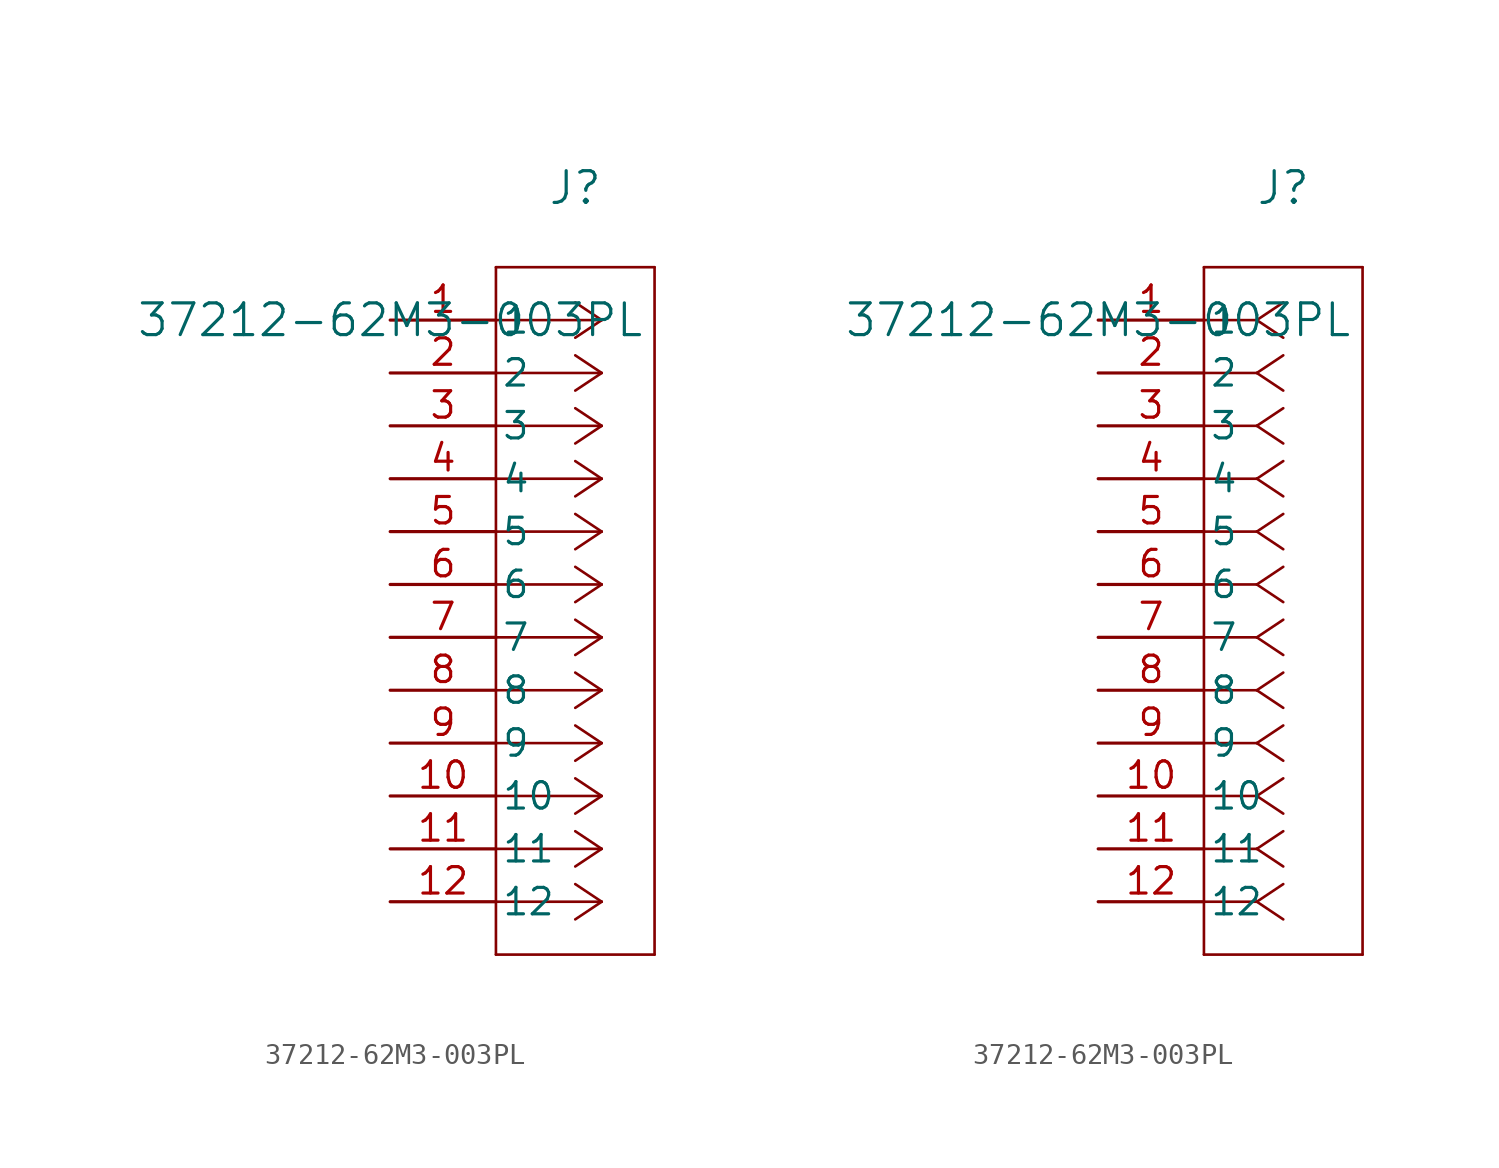
<source format=kicad_sym>
(kicad_symbol_lib
  (version 20211014)
  (generator kicad_symbol_editor)
  (symbol "37212-62M3-003PL"
    (pin_names
      (offset 0.254))
    (property "Reference" "J"
      (at 8.89 6.35 0)
      (effects (font (size 1.524 1.524))))
    (property "Value" "37212-62M3-003PL"
      (at 0 0 0)
      (effects (font (size 1.524 1.524))))
    (symbol "37212-62M3-003PL_1_1"
      (polyline (pts (xy 10.16 0) (xy 5.08 0)) (stroke (width 0.127) (type default) (color 0 0 0 0)) (fill (type none)))
      (polyline (pts (xy 10.16 -2.54) (xy 5.08 -2.54)) (stroke (width 0.127) (type default) (color 0 0 0 0)) (fill (type none)))
      (polyline (pts (xy 10.16 -5.08) (xy 5.08 -5.08)) (stroke (width 0.127) (type default) (color 0 0 0 0)) (fill (type none)))
      (polyline (pts (xy 10.16 -7.62) (xy 5.08 -7.62)) (stroke (width 0.127) (type default) (color 0 0 0 0)) (fill (type none)))
      (polyline (pts (xy 10.16 -10.16) (xy 5.08 -10.16)) (stroke (width 0.127) (type default) (color 0 0 0 0)) (fill (type none)))
      (polyline (pts (xy 10.16 -12.7) (xy 5.08 -12.7)) (stroke (width 0.127) (type default) (color 0 0 0 0)) (fill (type none)))
      (polyline (pts (xy 10.16 -15.24) (xy 5.08 -15.24)) (stroke (width 0.127) (type default) (color 0 0 0 0)) (fill (type none)))
      (polyline (pts (xy 10.16 -17.78) (xy 5.08 -17.78)) (stroke (width 0.127) (type default) (color 0 0 0 0)) (fill (type none)))
      (polyline (pts (xy 10.16 -20.32) (xy 5.08 -20.32)) (stroke (width 0.127) (type default) (color 0 0 0 0)) (fill (type none)))
      (polyline (pts (xy 10.16 -22.86) (xy 5.08 -22.86)) (stroke (width 0.127) (type default) (color 0 0 0 0)) (fill (type none)))
      (polyline (pts (xy 10.16 -25.4) (xy 5.08 -25.4)) (stroke (width 0.127) (type default) (color 0 0 0 0)) (fill (type none)))
      (polyline (pts (xy 10.16 -27.94) (xy 5.08 -27.94)) (stroke (width 0.127) (type default) (color 0 0 0 0)) (fill (type none)))
      (polyline (pts (xy 10.16 0) (xy 8.89 0.847)) (stroke (width 0.127) (type default) (color 0 0 0 0)) (fill (type none)))
      (polyline (pts (xy 10.16 -2.54) (xy 8.89 -1.693)) (stroke (width 0.127) (type default) (color 0 0 0 0)) (fill (type none)))
      (polyline (pts (xy 10.16 -5.08) (xy 8.89 -4.233)) (stroke (width 0.127) (type default) (color 0 0 0 0)) (fill (type none)))
      (polyline (pts (xy 10.16 -7.62) (xy 8.89 -6.773)) (stroke (width 0.127) (type default) (color 0 0 0 0)) (fill (type none)))
      (polyline (pts (xy 10.16 -10.16) (xy 8.89 -9.313)) (stroke (width 0.127) (type default) (color 0 0 0 0)) (fill (type none)))
      (polyline (pts (xy 10.16 -12.7) (xy 8.89 -11.853)) (stroke (width 0.127) (type default) (color 0 0 0 0)) (fill (type none)))
      (polyline (pts (xy 10.16 -15.24) (xy 8.89 -14.393)) (stroke (width 0.127) (type default) (color 0 0 0 0)) (fill (type none)))
      (polyline (pts (xy 10.16 -17.78) (xy 8.89 -16.933)) (stroke (width 0.127) (type default) (color 0 0 0 0)) (fill (type none)))
      (polyline (pts (xy 10.16 -20.32) (xy 8.89 -19.473)) (stroke (width 0.127) (type default) (color 0 0 0 0)) (fill (type none)))
      (polyline (pts (xy 10.16 -22.86) (xy 8.89 -22.013)) (stroke (width 0.127) (type default) (color 0 0 0 0)) (fill (type none)))
      (polyline (pts (xy 10.16 -25.4) (xy 8.89 -24.553)) (stroke (width 0.127) (type default) (color 0 0 0 0)) (fill (type none)))
      (polyline (pts (xy 10.16 -27.94) (xy 8.89 -27.093)) (stroke (width 0.127) (type default) (color 0 0 0 0)) (fill (type none)))
      (polyline (pts (xy 10.16 0) (xy 8.89 -0.847)) (stroke (width 0.127) (type default) (color 0 0 0 0)) (fill (type none)))
      (polyline (pts (xy 10.16 -2.54) (xy 8.89 -3.387)) (stroke (width 0.127) (type default) (color 0 0 0 0)) (fill (type none)))
      (polyline (pts (xy 10.16 -5.08) (xy 8.89 -5.927)) (stroke (width 0.127) (type default) (color 0 0 0 0)) (fill (type none)))
      (polyline (pts (xy 10.16 -7.62) (xy 8.89 -8.467)) (stroke (width 0.127) (type default) (color 0 0 0 0)) (fill (type none)))
      (polyline (pts (xy 10.16 -10.16) (xy 8.89 -11.007)) (stroke (width 0.127) (type default) (color 0 0 0 0)) (fill (type none)))
      (polyline (pts (xy 10.16 -12.7) (xy 8.89 -13.547)) (stroke (width 0.127) (type default) (color 0 0 0 0)) (fill (type none)))
      (polyline (pts (xy 10.16 -15.24) (xy 8.89 -16.087)) (stroke (width 0.127) (type default) (color 0 0 0 0)) (fill (type none)))
      (polyline (pts (xy 10.16 -17.78) (xy 8.89 -18.627)) (stroke (width 0.127) (type default) (color 0 0 0 0)) (fill (type none)))
      (polyline (pts (xy 10.16 -20.32) (xy 8.89 -21.167)) (stroke (width 0.127) (type default) (color 0 0 0 0)) (fill (type none)))
      (polyline (pts (xy 10.16 -22.86) (xy 8.89 -23.707)) (stroke (width 0.127) (type default) (color 0 0 0 0)) (fill (type none)))
      (polyline (pts (xy 10.16 -25.4) (xy 8.89 -26.247)) (stroke (width 0.127) (type default) (color 0 0 0 0)) (fill (type none)))
      (polyline (pts (xy 10.16 -27.94) (xy 8.89 -28.787)) (stroke (width 0.127) (type default) (color 0 0 0 0)) (fill (type none)))
      (polyline (pts (xy 5.08 2.54) (xy 5.08 -30.48)) (stroke (width 0.127) (type default) (color 0 0 0 0)) (fill (type none)))
      (polyline (pts (xy 5.08 -30.48) (xy 12.7 -30.48)) (stroke (width 0.127) (type default) (color 0 0 0 0)) (fill (type none)))
      (polyline (pts (xy 12.7 -30.48) (xy 12.7 2.54)) (stroke (width 0.127) (type default) (color 0 0 0 0)) (fill (type none)))
      (polyline (pts (xy 12.7 2.54) (xy 5.08 2.54)) (stroke (width 0.127) (type default) (color 0 0 0 0)) (fill (type none)))
      (pin unspecified line (at 0 0 0) (length 5.08) (name "1" (effects (font (size 1.27 1.27)))) (number "1" (effects (font (size 1.27 1.27)))))
      (pin unspecified line (at 0 -2.54 0) (length 5.08) (name "2" (effects (font (size 1.27 1.27)))) (number "2" (effects (font (size 1.27 1.27)))))
      (pin unspecified line (at 0 -5.08 0) (length 5.08) (name "3" (effects (font (size 1.27 1.27)))) (number "3" (effects (font (size 1.27 1.27)))))
      (pin unspecified line (at 0 -7.62 0) (length 5.08) (name "4" (effects (font (size 1.27 1.27)))) (number "4" (effects (font (size 1.27 1.27)))))
      (pin unspecified line (at 0 -10.16 0) (length 5.08) (name "5" (effects (font (size 1.27 1.27)))) (number "5" (effects (font (size 1.27 1.27)))))
      (pin unspecified line (at 0 -12.7 0) (length 5.08) (name "6" (effects (font (size 1.27 1.27)))) (number "6" (effects (font (size 1.27 1.27)))))
      (pin unspecified line (at 0 -15.24 0) (length 5.08) (name "7" (effects (font (size 1.27 1.27)))) (number "7" (effects (font (size 1.27 1.27)))))
      (pin unspecified line (at 0 -17.78 0) (length 5.08) (name "8" (effects (font (size 1.27 1.27)))) (number "8" (effects (font (size 1.27 1.27)))))
      (pin unspecified line (at 0 -20.32 0) (length 5.08) (name "9" (effects (font (size 1.27 1.27)))) (number "9" (effects (font (size 1.27 1.27)))))
      (pin unspecified line (at 0 -22.86 0) (length 5.08) (name "10" (effects (font (size 1.27 1.27)))) (number "10" (effects (font (size 1.27 1.27)))))
      (pin unspecified line (at 0 -25.4 0) (length 5.08) (name "11" (effects (font (size 1.27 1.27)))) (number "11" (effects (font (size 1.27 1.27)))))
      (pin unspecified line (at 0 -27.94 0) (length 5.08) (name "12" (effects (font (size 1.27 1.27)))) (number "12" (effects (font (size 1.27 1.27))))))
    (symbol "37212-62M3-003PL_1_2"
      (polyline (pts (xy 7.62 0) (xy 5.08 0)) (stroke (width 0.127) (type default) (color 0 0 0 0)) (fill (type none)))
      (polyline (pts (xy 7.62 -2.54) (xy 5.08 -2.54)) (stroke (width 0.127) (type default) (color 0 0 0 0)) (fill (type none)))
      (polyline (pts (xy 7.62 -5.08) (xy 5.08 -5.08)) (stroke (width 0.127) (type default) (color 0 0 0 0)) (fill (type none)))
      (polyline (pts (xy 7.62 -7.62) (xy 5.08 -7.62)) (stroke (width 0.127) (type default) (color 0 0 0 0)) (fill (type none)))
      (polyline (pts (xy 7.62 -10.16) (xy 5.08 -10.16)) (stroke (width 0.127) (type default) (color 0 0 0 0)) (fill (type none)))
      (polyline (pts (xy 7.62 -12.7) (xy 5.08 -12.7)) (stroke (width 0.127) (type default) (color 0 0 0 0)) (fill (type none)))
      (polyline (pts (xy 7.62 -15.24) (xy 5.08 -15.24)) (stroke (width 0.127) (type default) (color 0 0 0 0)) (fill (type none)))
      (polyline (pts (xy 7.62 -17.78) (xy 5.08 -17.78)) (stroke (width 0.127) (type default) (color 0 0 0 0)) (fill (type none)))
      (polyline (pts (xy 7.62 -20.32) (xy 5.08 -20.32)) (stroke (width 0.127) (type default) (color 0 0 0 0)) (fill (type none)))
      (polyline (pts (xy 7.62 -22.86) (xy 5.08 -22.86)) (stroke (width 0.127) (type default) (color 0 0 0 0)) (fill (type none)))
      (polyline (pts (xy 7.62 -25.4) (xy 5.08 -25.4)) (stroke (width 0.127) (type default) (color 0 0 0 0)) (fill (type none)))
      (polyline (pts (xy 7.62 -27.94) (xy 5.08 -27.94)) (stroke (width 0.127) (type default) (color 0 0 0 0)) (fill (type none)))
      (polyline (pts (xy 7.62 0) (xy 8.89 0.847)) (stroke (width 0.127) (type default) (color 0 0 0 0)) (fill (type none)))
      (polyline (pts (xy 7.62 -2.54) (xy 8.89 -1.693)) (stroke (width 0.127) (type default) (color 0 0 0 0)) (fill (type none)))
      (polyline (pts (xy 7.62 -5.08) (xy 8.89 -4.233)) (stroke (width 0.127) (type default) (color 0 0 0 0)) (fill (type none)))
      (polyline (pts (xy 7.62 -7.62) (xy 8.89 -6.773)) (stroke (width 0.127) (type default) (color 0 0 0 0)) (fill (type none)))
      (polyline (pts (xy 7.62 -10.16) (xy 8.89 -9.313)) (stroke (width 0.127) (type default) (color 0 0 0 0)) (fill (type none)))
      (polyline (pts (xy 7.62 -12.7) (xy 8.89 -11.853)) (stroke (width 0.127) (type default) (color 0 0 0 0)) (fill (type none)))
      (polyline (pts (xy 7.62 -15.24) (xy 8.89 -14.393)) (stroke (width 0.127) (type default) (color 0 0 0 0)) (fill (type none)))
      (polyline (pts (xy 7.62 -17.78) (xy 8.89 -16.933)) (stroke (width 0.127) (type default) (color 0 0 0 0)) (fill (type none)))
      (polyline (pts (xy 7.62 -20.32) (xy 8.89 -19.473)) (stroke (width 0.127) (type default) (color 0 0 0 0)) (fill (type none)))
      (polyline (pts (xy 7.62 -22.86) (xy 8.89 -22.013)) (stroke (width 0.127) (type default) (color 0 0 0 0)) (fill (type none)))
      (polyline (pts (xy 7.62 -25.4) (xy 8.89 -24.553)) (stroke (width 0.127) (type default) (color 0 0 0 0)) (fill (type none)))
      (polyline (pts (xy 7.62 -27.94) (xy 8.89 -27.093)) (stroke (width 0.127) (type default) (color 0 0 0 0)) (fill (type none)))
      (polyline (pts (xy 7.62 0) (xy 8.89 -0.847)) (stroke (width 0.127) (type default) (color 0 0 0 0)) (fill (type none)))
      (polyline (pts (xy 7.62 -2.54) (xy 8.89 -3.387)) (stroke (width 0.127) (type default) (color 0 0 0 0)) (fill (type none)))
      (polyline (pts (xy 7.62 -5.08) (xy 8.89 -5.927)) (stroke (width 0.127) (type default) (color 0 0 0 0)) (fill (type none)))
      (polyline (pts (xy 7.62 -7.62) (xy 8.89 -8.467)) (stroke (width 0.127) (type default) (color 0 0 0 0)) (fill (type none)))
      (polyline (pts (xy 7.62 -10.16) (xy 8.89 -11.007)) (stroke (width 0.127) (type default) (color 0 0 0 0)) (fill (type none)))
      (polyline (pts (xy 7.62 -12.7) (xy 8.89 -13.547)) (stroke (width 0.127) (type default) (color 0 0 0 0)) (fill (type none)))
      (polyline (pts (xy 7.62 -15.24) (xy 8.89 -16.087)) (stroke (width 0.127) (type default) (color 0 0 0 0)) (fill (type none)))
      (polyline (pts (xy 7.62 -17.78) (xy 8.89 -18.627)) (stroke (width 0.127) (type default) (color 0 0 0 0)) (fill (type none)))
      (polyline (pts (xy 7.62 -20.32) (xy 8.89 -21.167)) (stroke (width 0.127) (type default) (color 0 0 0 0)) (fill (type none)))
      (polyline (pts (xy 7.62 -22.86) (xy 8.89 -23.707)) (stroke (width 0.127) (type default) (color 0 0 0 0)) (fill (type none)))
      (polyline (pts (xy 7.62 -25.4) (xy 8.89 -26.247)) (stroke (width 0.127) (type default) (color 0 0 0 0)) (fill (type none)))
      (polyline (pts (xy 7.62 -27.94) (xy 8.89 -28.787)) (stroke (width 0.127) (type default) (color 0 0 0 0)) (fill (type none)))
      (polyline (pts (xy 5.08 2.54) (xy 5.08 -30.48)) (stroke (width 0.127) (type default) (color 0 0 0 0)) (fill (type none)))
      (polyline (pts (xy 5.08 -30.48) (xy 12.7 -30.48)) (stroke (width 0.127) (type default) (color 0 0 0 0)) (fill (type none)))
      (polyline (pts (xy 12.7 -30.48) (xy 12.7 2.54)) (stroke (width 0.127) (type default) (color 0 0 0 0)) (fill (type none)))
      (polyline (pts (xy 12.7 2.54) (xy 5.08 2.54)) (stroke (width 0.127) (type default) (color 0 0 0 0)) (fill (type none)))
      (pin unspecified line (at 0 0 0) (length 5.08) (name "1" (effects (font (size 1.27 1.27)))) (number "1" (effects (font (size 1.27 1.27)))))
      (pin unspecified line (at 0 -2.54 0) (length 5.08) (name "2" (effects (font (size 1.27 1.27)))) (number "2" (effects (font (size 1.27 1.27)))))
      (pin unspecified line (at 0 -5.08 0) (length 5.08) (name "3" (effects (font (size 1.27 1.27)))) (number "3" (effects (font (size 1.27 1.27)))))
      (pin unspecified line (at 0 -7.62 0) (length 5.08) (name "4" (effects (font (size 1.27 1.27)))) (number "4" (effects (font (size 1.27 1.27)))))
      (pin unspecified line (at 0 -10.16 0) (length 5.08) (name "5" (effects (font (size 1.27 1.27)))) (number "5" (effects (font (size 1.27 1.27)))))
      (pin unspecified line (at 0 -12.7 0) (length 5.08) (name "6" (effects (font (size 1.27 1.27)))) (number "6" (effects (font (size 1.27 1.27)))))
      (pin unspecified line (at 0 -15.24 0) (length 5.08) (name "7" (effects (font (size 1.27 1.27)))) (number "7" (effects (font (size 1.27 1.27)))))
      (pin unspecified line (at 0 -17.78 0) (length 5.08) (name "8" (effects (font (size 1.27 1.27)))) (number "8" (effects (font (size 1.27 1.27)))))
      (pin unspecified line (at 0 -20.32 0) (length 5.08) (name "9" (effects (font (size 1.27 1.27)))) (number "9" (effects (font (size 1.27 1.27)))))
      (pin unspecified line (at 0 -22.86 0) (length 5.08) (name "10" (effects (font (size 1.27 1.27)))) (number "10" (effects (font (size 1.27 1.27)))))
      (pin unspecified line (at 0 -25.4 0) (length 5.08) (name "11" (effects (font (size 1.27 1.27)))) (number "11" (effects (font (size 1.27 1.27)))))
      (pin unspecified line (at 0 -27.94 0) (length 5.08) (name "12" (effects (font (size 1.27 1.27)))) (number "12" (effects (font (size 1.27 1.27))))))))
</source>
